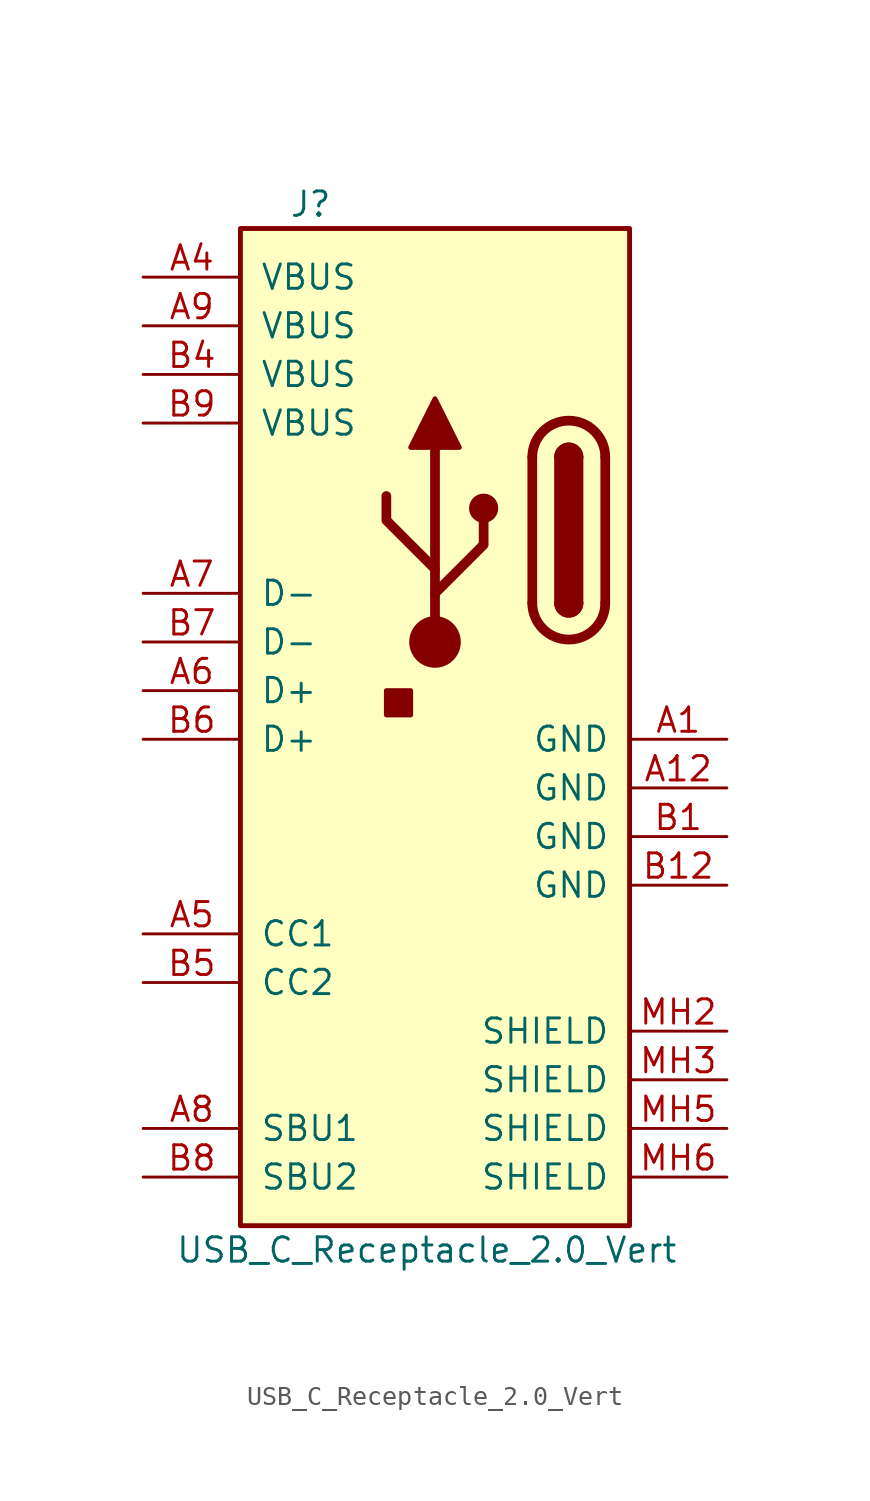
<source format=kicad_sym>
(kicad_symbol_lib
  (version 20231120)
  (generator "kicad_symbol_editor")
  (generator_version "8.0")
  (symbol "USB_C_Receptacle_2.0_Vert"
    (pin_names
      (offset 1.016))
    (property "Reference" "J"
      (at 7.62 50.8 0)
      (effects (font (size 1.27 1.27)) (justify left)))
    (property "Value" "USB_C_Receptacle_2.0_Vert"
      (at 27.94 -3.81 0)
      (effects (font (size 1.27 1.27)) (justify right)))
    (symbol "USB_C_Receptacle_2.0_Vert_0_1"
      (polyline (pts (xy 20.32 37.592) (xy 20.32 29.972)) (stroke (width 0.508) (type default)) (fill (type none)))
      (polyline (pts (xy 24.13 29.972) (xy 24.13 37.592)) (stroke (width 0.508) (type default)) (fill (type none)))
      (rectangle (start 5.08 49.53) (end 25.4 -2.54) (stroke (width 0.254) (type default)) (fill (type background)))
      (arc (start 20.32 29.972) (mid 22.225 28.0753) (end 24.13 29.972) (stroke (width 0.508) (type default)) (fill (type none)))
      (arc (start 21.59 29.972) (mid 22.225 29.3397) (end 22.86 29.972) (stroke (width 0.254) (type default)) (fill (type none)))
      (arc (start 21.59 29.972) (mid 22.225 29.3397) (end 22.86 29.972) (stroke (width 0.254) (type default)) (fill (type outline)))
      (rectangle (start 21.59 37.592) (end 22.86 29.972) (stroke (width 0.254) (type default)) (fill (type outline)))
      (arc (start 22.86 37.592) (mid 22.225 38.2243) (end 21.59 37.592) (stroke (width 0.254) (type default)) (fill (type none)))
      (arc (start 22.86 37.592) (mid 22.225 38.2243) (end 21.59 37.592) (stroke (width 0.254) (type default)) (fill (type outline)))
      (arc (start 24.13 37.592) (mid 22.225 39.4887) (end 20.32 37.592) (stroke (width 0.508) (type default)) (fill (type none))))
    (symbol "USB_C_Receptacle_2.0_Vert_1_1"
      (polyline (pts (xy 15.24 27.94) (xy 15.24 38.1)) (stroke (width 0.508) (type default)) (fill (type none)))
      (polyline (pts (xy 15.24 30.48) (xy 17.78 33.02) (xy 17.78 34.29)) (stroke (width 0.508) (type default)) (fill (type none)))
      (polyline (pts (xy 15.24 31.75) (xy 12.7 34.29) (xy 12.7 35.56)) (stroke (width 0.508) (type default)) (fill (type none)))
      (polyline (pts (xy 16.51 38.1) (xy 15.24 40.64) (xy 13.97 38.1) (xy 16.51 38.1)) (stroke (width 0.254) (type default)) (fill (type outline)))
      (rectangle (start 12.7 25.4) (end 13.97 24.13) (stroke (width 0.254) (type default)) (fill (type outline)))
      (circle (center 15.24 27.94) (radius 1.27) (stroke (width 0) (type default)) (fill (type outline)))
      (circle (center 17.78 34.925) (radius 0.635) (stroke (width 0.254) (type default)) (fill (type outline)))
      (pin passive line (at 30.48 22.86 180) (length 5.08) (name "GND" (effects (font (size 1.27 1.27)))) (number "A1" (effects (font (size 1.27 1.27)))))
      (pin passive line (at 30.48 20.32 180) (length 5.08) (name "GND" (effects (font (size 1.27 1.27)))) (number "A12" (effects (font (size 1.27 1.27)))))
      (pin passive line (at 0 46.99 0) (length 5.08) (name "VBUS" (effects (font (size 1.27 1.27)))) (number "A4" (effects (font (size 1.27 1.27)))))
      (pin bidirectional line (at 0 12.7 0) (length 5.08) (name "CC1" (effects (font (size 1.27 1.27)))) (number "A5" (effects (font (size 1.27 1.27)))))
      (pin bidirectional line (at 0 25.4 0) (length 5.08) (name "D+" (effects (font (size 1.27 1.27)))) (number "A6" (effects (font (size 1.27 1.27)))))
      (pin bidirectional line (at 0 30.48 0) (length 5.08) (name "D-" (effects (font (size 1.27 1.27)))) (number "A7" (effects (font (size 1.27 1.27)))))
      (pin bidirectional line (at 0 2.54 0) (length 5.08) (name "SBU1" (effects (font (size 1.27 1.27)))) (number "A8" (effects (font (size 1.27 1.27)))))
      (pin passive line (at 0 44.45 0) (length 5.08) (name "VBUS" (effects (font (size 1.27 1.27)))) (number "A9" (effects (font (size 1.27 1.27)))))
      (pin passive line (at 30.48 17.78 180) (length 5.08) (name "GND" (effects (font (size 1.27 1.27)))) (number "B1" (effects (font (size 1.27 1.27)))))
      (pin passive line (at 30.48 15.24 180) (length 5.08) (name "GND" (effects (font (size 1.27 1.27)))) (number "B12" (effects (font (size 1.27 1.27)))))
      (pin passive line (at 0 41.91 0) (length 5.08) (name "VBUS" (effects (font (size 1.27 1.27)))) (number "B4" (effects (font (size 1.27 1.27)))))
      (pin bidirectional line (at 0 10.16 0) (length 5.08) (name "CC2" (effects (font (size 1.27 1.27)))) (number "B5" (effects (font (size 1.27 1.27)))))
      (pin bidirectional line (at 0 22.86 0) (length 5.08) (name "D+" (effects (font (size 1.27 1.27)))) (number "B6" (effects (font (size 1.27 1.27)))))
      (pin bidirectional line (at 0 27.94 0) (length 5.08) (name "D-" (effects (font (size 1.27 1.27)))) (number "B7" (effects (font (size 1.27 1.27)))))
      (pin bidirectional line (at 0 0 0) (length 5.08) (name "SBU2" (effects (font (size 1.27 1.27)))) (number "B8" (effects (font (size 1.27 1.27)))))
      (pin passive line (at 0 39.37 0) (length 5.08) (name "VBUS" (effects (font (size 1.27 1.27)))) (number "B9" (effects (font (size 1.27 1.27)))))
      (pin passive line (at 30.48 7.62 180) (length 5.08) (name "SHIELD" (effects (font (size 1.27 1.27)))) (number "MH2" (effects (font (size 1.27 1.27)))))
      (pin passive line (at 30.48 5.08 180) (length 5.08) (name "SHIELD" (effects (font (size 1.27 1.27)))) (number "MH3" (effects (font (size 1.27 1.27)))))
      (pin passive line (at 30.48 2.54 180) (length 5.08) (name "SHIELD" (effects (font (size 1.27 1.27)))) (number "MH5" (effects (font (size 1.27 1.27)))))
      (pin passive line (at 30.48 0 180) (length 5.08) (name "SHIELD" (effects (font (size 1.27 1.27)))) (number "MH6" (effects (font (size 1.27 1.27))))))))
</source>
